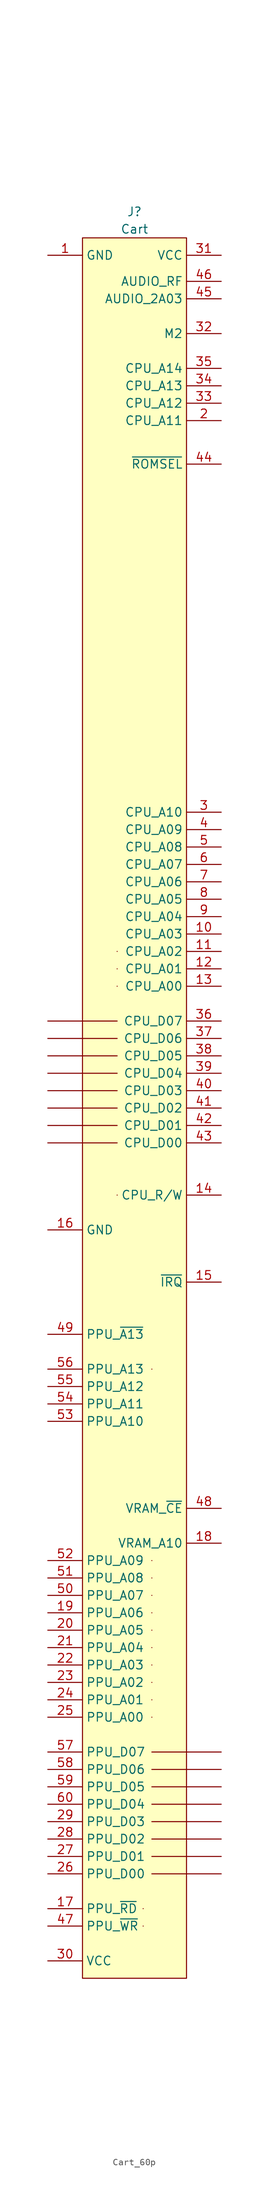
<source format=kicad_sym>
(kicad_symbol_lib
  (version 20220914)
  (generator kicad_symbol_editor)
  (symbol "Cart_60p"
    (property "Reference" "J"
      (at 0 149.86 0)
      (effects (font (size 1.27 1.27))))
    (property "Value" "Cart"
      (at 0 147.32 0)
      (effects (font (size 1.27 1.27))))
    (symbol "Cart_60p_1_1"
      (rectangle (start -7.62 146.05) (end 7.62 -107.95) (stroke (width 0) (type default)) (fill (type background)))
      (pin passive line (at -12.7 143.51 0) (length 5.08) (name "GND" (effects (font (size 1.27 1.27)))) (number "1" (effects (font (size 1.27 1.27)))))
      (pin input line (at 12.7 44.45 180) (length 5.08) (name "CPU_A03" (effects (font (size 1.27 1.27)))) (number "10" (effects (font (size 1.27 1.27)))))
      (pin input line (at -2.54 41.91 0) (length 0) (name "" (effects (font (size 1.27 1.27)))) (number "11" (effects (font (size 0 0)))))
      (pin input line (at 12.7 41.91 180) (length 5.08) (name "CPU_A02" (effects (font (size 1.27 1.27)))) (number "11" (effects (font (size 1.27 1.27)))))
      (pin input line (at -2.54 39.37 0) (length 0) (name "" (effects (font (size 1.27 1.27)))) (number "12" (effects (font (size 0 0)))))
      (pin input line (at 12.7 39.37 180) (length 5.08) (name "CPU_A01" (effects (font (size 1.27 1.27)))) (number "12" (effects (font (size 1.27 1.27)))))
      (pin input line (at -2.54 36.83 0) (length 0) (name "" (effects (font (size 1.27 1.27)))) (number "13" (effects (font (size 0 0)))))
      (pin input line (at 12.7 36.83 180) (length 5.08) (name "CPU_A00" (effects (font (size 1.27 1.27)))) (number "13" (effects (font (size 1.27 1.27)))))
      (pin input line (at -2.54 6.35 0) (length 0) (name "" (effects (font (size 1.27 1.27)))) (number "14" (effects (font (size 0 0)))))
      (pin input line (at 12.7 6.35 180) (length 5.08) (name "CPU_R/W" (effects (font (size 1.27 1.27)))) (number "14" (effects (font (size 1.27 1.27)))))
      (pin output line (at 12.7 -6.35 180) (length 5.08) (name "~{IRQ}" (effects (font (size 1.27 1.27)))) (number "15" (effects (font (size 1.27 1.27)))))
      (pin passive line (at -12.7 1.27 0) (length 5.08) (name "GND" (effects (font (size 1.27 1.27)))) (number "16" (effects (font (size 1.27 1.27)))))
      (pin input line (at 1.27 -97.79 180) (length 0) (name "" (effects (font (size 1.27 1.27)))) (number "17" (effects (font (size 0 0)))))
      (pin input line (at -12.7 -97.79 0) (length 5.08) (name "PPU_~{RD}" (effects (font (size 1.27 1.27)))) (number "17" (effects (font (size 1.27 1.27)))))
      (pin output line (at 12.7 -44.45 180) (length 5.08) (name "VRAM_A10" (effects (font (size 1.27 1.27)))) (number "18" (effects (font (size 1.27 1.27)))))
      (pin input line (at 2.54 -54.61 180) (length 0) (name "" (effects (font (size 1.27 1.27)))) (number "19" (effects (font (size 0 0)))))
      (pin input line (at -12.7 -54.61 0) (length 5.08) (name "PPU_A06" (effects (font (size 1.27 1.27)))) (number "19" (effects (font (size 1.27 1.27)))))
      (pin input line (at 12.7 119.38 180) (length 5.08) (name "CPU_A11" (effects (font (size 1.27 1.27)))) (number "2" (effects (font (size 1.27 1.27)))))
      (pin input line (at 2.54 -57.15 180) (length 0) (name "" (effects (font (size 1.27 1.27)))) (number "20" (effects (font (size 0 0)))))
      (pin input line (at -12.7 -57.15 0) (length 5.08) (name "PPU_A05" (effects (font (size 1.27 1.27)))) (number "20" (effects (font (size 1.27 1.27)))))
      (pin input line (at 2.54 -59.69 180) (length 0) (name "" (effects (font (size 1.27 1.27)))) (number "21" (effects (font (size 0 0)))))
      (pin input line (at -12.7 -59.69 0) (length 5.08) (name "PPU_A04" (effects (font (size 1.27 1.27)))) (number "21" (effects (font (size 1.27 1.27)))))
      (pin input line (at 2.54 -62.23 180) (length 0) (name "" (effects (font (size 1.27 1.27)))) (number "22" (effects (font (size 0 0)))))
      (pin input line (at -12.7 -62.23 0) (length 5.08) (name "PPU_A03" (effects (font (size 1.27 1.27)))) (number "22" (effects (font (size 1.27 1.27)))))
      (pin input line (at 2.54 -64.77 180) (length 0) (name "" (effects (font (size 1.27 1.27)))) (number "23" (effects (font (size 0 0)))))
      (pin input line (at -12.7 -64.77 0) (length 5.08) (name "PPU_A02" (effects (font (size 1.27 1.27)))) (number "23" (effects (font (size 1.27 1.27)))))
      (pin input line (at 2.54 -67.31 180) (length 0) (name "" (effects (font (size 1.27 1.27)))) (number "24" (effects (font (size 0 0)))))
      (pin input line (at -12.7 -67.31 0) (length 5.08) (name "PPU_A01" (effects (font (size 1.27 1.27)))) (number "24" (effects (font (size 1.27 1.27)))))
      (pin input line (at 2.54 -69.85 180) (length 0) (name "" (effects (font (size 1.27 1.27)))) (number "25" (effects (font (size 0 0)))))
      (pin input line (at -12.7 -69.85 0) (length 5.08) (name "PPU_A00" (effects (font (size 1.27 1.27)))) (number "25" (effects (font (size 1.27 1.27)))))
      (pin bidirectional line (at 12.7 -92.71 180) (length 10.16) (name "" (effects (font (size 1.27 1.27)))) (number "26" (effects (font (size 0 0)))))
      (pin bidirectional line (at -12.7 -92.71 0) (length 5.08) (name "PPU_D00" (effects (font (size 1.27 1.27)))) (number "26" (effects (font (size 1.27 1.27)))))
      (pin bidirectional line (at 12.7 -90.17 180) (length 10.16) (name "" (effects (font (size 1.27 1.27)))) (number "27" (effects (font (size 0 0)))))
      (pin bidirectional line (at -12.7 -90.17 0) (length 5.08) (name "PPU_D01" (effects (font (size 1.27 1.27)))) (number "27" (effects (font (size 1.27 1.27)))))
      (pin bidirectional line (at 12.7 -87.63 180) (length 10.16) (name "" (effects (font (size 1.27 1.27)))) (number "28" (effects (font (size 0 0)))))
      (pin bidirectional line (at -12.7 -87.63 0) (length 5.08) (name "PPU_D02" (effects (font (size 1.27 1.27)))) (number "28" (effects (font (size 1.27 1.27)))))
      (pin bidirectional line (at 12.7 -85.09 180) (length 10.16) (name "" (effects (font (size 1.27 1.27)))) (number "29" (effects (font (size 0 0)))))
      (pin bidirectional line (at -12.7 -85.09 0) (length 5.08) (name "PPU_D03" (effects (font (size 1.27 1.27)))) (number "29" (effects (font (size 1.27 1.27)))))
      (pin input line (at 12.7 62.23 180) (length 5.08) (name "CPU_A10" (effects (font (size 1.27 1.27)))) (number "3" (effects (font (size 1.27 1.27)))))
      (pin passive line (at -12.7 -105.41 0) (length 5.08) (name "VCC" (effects (font (size 1.27 1.27)))) (number "30" (effects (font (size 1.27 1.27)))))
      (pin passive line (at 12.7 143.51 180) (length 5.08) (name "VCC" (effects (font (size 1.27 1.27)))) (number "31" (effects (font (size 1.27 1.27)))))
      (pin input line (at 12.7 132.08 180) (length 5.08) (name "M2" (effects (font (size 1.27 1.27)))) (number "32" (effects (font (size 1.27 1.27)))))
      (pin input line (at 12.7 121.92 180) (length 5.08) (name "CPU_A12" (effects (font (size 1.27 1.27)))) (number "33" (effects (font (size 1.27 1.27)))))
      (pin input line (at 12.7 124.46 180) (length 5.08) (name "CPU_A13" (effects (font (size 1.27 1.27)))) (number "34" (effects (font (size 1.27 1.27)))))
      (pin input line (at 12.7 127 180) (length 5.08) (name "CPU_A14" (effects (font (size 1.27 1.27)))) (number "35" (effects (font (size 1.27 1.27)))))
      (pin bidirectional line (at -12.7 31.75 0) (length 10.16) (name "" (effects (font (size 1.27 1.27)))) (number "36" (effects (font (size 0 0)))))
      (pin bidirectional line (at 12.7 31.75 180) (length 5.08) (name "CPU_D07" (effects (font (size 1.27 1.27)))) (number "36" (effects (font (size 1.27 1.27)))))
      (pin bidirectional line (at -12.7 29.21 0) (length 10.16) (name "" (effects (font (size 1.27 1.27)))) (number "37" (effects (font (size 0 0)))))
      (pin bidirectional line (at 12.7 29.21 180) (length 5.08) (name "CPU_D06" (effects (font (size 1.27 1.27)))) (number "37" (effects (font (size 1.27 1.27)))))
      (pin bidirectional line (at -12.7 26.67 0) (length 10.16) (name "" (effects (font (size 1.27 1.27)))) (number "38" (effects (font (size 0 0)))))
      (pin bidirectional line (at 12.7 26.67 180) (length 5.08) (name "CPU_D05" (effects (font (size 1.27 1.27)))) (number "38" (effects (font (size 1.27 1.27)))))
      (pin bidirectional line (at -12.7 24.13 0) (length 10.16) (name "" (effects (font (size 1.27 1.27)))) (number "39" (effects (font (size 0 0)))))
      (pin bidirectional line (at 12.7 24.13 180) (length 5.08) (name "CPU_D04" (effects (font (size 1.27 1.27)))) (number "39" (effects (font (size 1.27 1.27)))))
      (pin input line (at 12.7 59.69 180) (length 5.08) (name "CPU_A09" (effects (font (size 1.27 1.27)))) (number "4" (effects (font (size 1.27 1.27)))))
      (pin bidirectional line (at -12.7 21.59 0) (length 10.16) (name "" (effects (font (size 1.27 1.27)))) (number "40" (effects (font (size 0 0)))))
      (pin bidirectional line (at 12.7 21.59 180) (length 5.08) (name "CPU_D03" (effects (font (size 1.27 1.27)))) (number "40" (effects (font (size 1.27 1.27)))))
      (pin bidirectional line (at -12.7 19.05 0) (length 10.16) (name "" (effects (font (size 1.27 1.27)))) (number "41" (effects (font (size 0 0)))))
      (pin bidirectional line (at 12.7 19.05 180) (length 5.08) (name "CPU_D02" (effects (font (size 1.27 1.27)))) (number "41" (effects (font (size 1.27 1.27)))))
      (pin bidirectional line (at -12.7 16.51 0) (length 10.16) (name "" (effects (font (size 1.27 1.27)))) (number "42" (effects (font (size 0 0)))))
      (pin bidirectional line (at 12.7 16.51 180) (length 5.08) (name "CPU_D01" (effects (font (size 1.27 1.27)))) (number "42" (effects (font (size 1.27 1.27)))))
      (pin bidirectional line (at -12.7 13.97 0) (length 10.16) (name "" (effects (font (size 1.27 1.27)))) (number "43" (effects (font (size 0 0)))))
      (pin bidirectional line (at 12.7 13.97 180) (length 5.08) (name "CPU_D00" (effects (font (size 1.27 1.27)))) (number "43" (effects (font (size 1.27 1.27)))))
      (pin input line (at 12.7 113.03 180) (length 5.08) (name "~{ROMSEL}" (effects (font (size 1.27 1.27)))) (number "44" (effects (font (size 1.27 1.27)))))
      (pin input line (at 12.7 137.16 180) (length 5.08) (name "AUDIO_2A03" (effects (font (size 1.27 1.27)))) (number "45" (effects (font (size 1.27 1.27)))))
      (pin output line (at 12.7 139.7 180) (length 5.08) (name "AUDIO_RF" (effects (font (size 1.27 1.27)))) (number "46" (effects (font (size 1.27 1.27)))))
      (pin input line (at 1.27 -100.33 180) (length 0) (name "" (effects (font (size 1.27 1.27)))) (number "47" (effects (font (size 0 0)))))
      (pin input line (at -12.7 -100.33 0) (length 5.08) (name "PPU_~{WR}" (effects (font (size 1.27 1.27)))) (number "47" (effects (font (size 1.27 1.27)))))
      (pin output line (at 12.7 -39.37 180) (length 5.08) (name "VRAM_~{CE}" (effects (font (size 1.27 1.27)))) (number "48" (effects (font (size 1.27 1.27)))))
      (pin input line (at -12.7 -13.97 0) (length 5.08) (name "PPU_~{A13}" (effects (font (size 1.27 1.27)))) (number "49" (effects (font (size 1.27 1.27)))))
      (pin input line (at 12.7 57.15 180) (length 5.08) (name "CPU_A08" (effects (font (size 1.27 1.27)))) (number "5" (effects (font (size 1.27 1.27)))))
      (pin input line (at 2.54 -52.07 180) (length 0) (name "" (effects (font (size 1.27 1.27)))) (number "50" (effects (font (size 0 0)))))
      (pin input line (at -12.7 -52.07 0) (length 5.08) (name "PPU_A07" (effects (font (size 1.27 1.27)))) (number "50" (effects (font (size 1.27 1.27)))))
      (pin input line (at 2.54 -49.53 180) (length 0) (name "" (effects (font (size 1.27 1.27)))) (number "51" (effects (font (size 0 0)))))
      (pin input line (at -12.7 -49.53 0) (length 5.08) (name "PPU_A08" (effects (font (size 1.27 1.27)))) (number "51" (effects (font (size 1.27 1.27)))))
      (pin input line (at 2.54 -46.99 180) (length 0) (name "" (effects (font (size 1.27 1.27)))) (number "52" (effects (font (size 0 0)))))
      (pin input line (at -12.7 -46.99 0) (length 5.08) (name "PPU_A09" (effects (font (size 1.27 1.27)))) (number "52" (effects (font (size 1.27 1.27)))))
      (pin input line (at -12.7 -26.67 0) (length 5.08) (name "PPU_A10" (effects (font (size 1.27 1.27)))) (number "53" (effects (font (size 1.27 1.27)))))
      (pin input line (at -12.7 -24.13 0) (length 5.08) (name "PPU_A11" (effects (font (size 1.27 1.27)))) (number "54" (effects (font (size 1.27 1.27)))))
      (pin input line (at -12.7 -21.59 0) (length 5.08) (name "PPU_A12" (effects (font (size 1.27 1.27)))) (number "55" (effects (font (size 1.27 1.27)))))
      (pin input line (at -12.7 -19.05 0) (length 5.08) (name "PPU_A13" (effects (font (size 1.27 1.27)))) (number "56" (effects (font (size 1.27 1.27)))))
      (pin input line (at 2.54 -19.05 180) (length 0) (name "PPU_A13" (effects (font (size 0 0)))) (number "56" (effects (font (size 0 0)))))
      (pin bidirectional line (at 12.7 -74.93 180) (length 10.16) (name "" (effects (font (size 1.27 1.27)))) (number "57" (effects (font (size 0 0)))))
      (pin bidirectional line (at -12.7 -74.93 0) (length 5.08) (name "PPU_D07" (effects (font (size 1.27 1.27)))) (number "57" (effects (font (size 1.27 1.27)))))
      (pin bidirectional line (at 12.7 -77.47 180) (length 10.16) (name "" (effects (font (size 1.27 1.27)))) (number "58" (effects (font (size 0 0)))))
      (pin bidirectional line (at -12.7 -77.47 0) (length 5.08) (name "PPU_D06" (effects (font (size 1.27 1.27)))) (number "58" (effects (font (size 1.27 1.27)))))
      (pin bidirectional line (at 12.7 -80.01 180) (length 10.16) (name "" (effects (font (size 1.27 1.27)))) (number "59" (effects (font (size 0 0)))))
      (pin bidirectional line (at -12.7 -80.01 0) (length 5.08) (name "PPU_D05" (effects (font (size 1.27 1.27)))) (number "59" (effects (font (size 1.27 1.27)))))
      (pin input line (at 12.7 54.61 180) (length 5.08) (name "CPU_A07" (effects (font (size 1.27 1.27)))) (number "6" (effects (font (size 1.27 1.27)))))
      (pin bidirectional line (at 12.7 -82.55 180) (length 10.16) (name "" (effects (font (size 1.27 1.27)))) (number "60" (effects (font (size 0 0)))))
      (pin bidirectional line (at -12.7 -82.55 0) (length 5.08) (name "PPU_D04" (effects (font (size 1.27 1.27)))) (number "60" (effects (font (size 1.27 1.27)))))
      (pin input line (at 12.7 52.07 180) (length 5.08) (name "CPU_A06" (effects (font (size 1.27 1.27)))) (number "7" (effects (font (size 1.27 1.27)))))
      (pin input line (at 12.7 49.53 180) (length 5.08) (name "CPU_A05" (effects (font (size 1.27 1.27)))) (number "8" (effects (font (size 1.27 1.27)))))
      (pin input line (at 12.7 46.99 180) (length 5.08) (name "CPU_A04" (effects (font (size 1.27 1.27)))) (number "9" (effects (font (size 1.27 1.27))))))))
</source>
